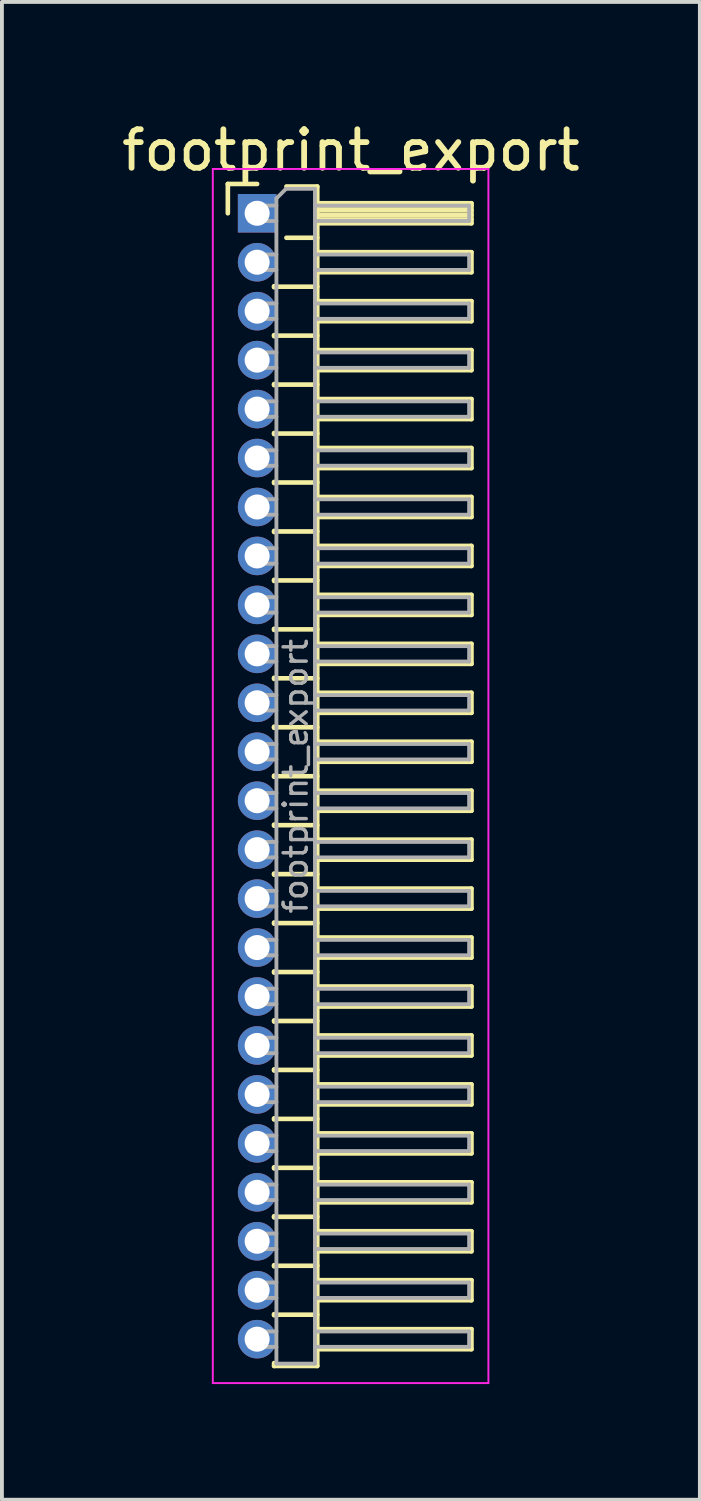
<source format=kicad_pcb>
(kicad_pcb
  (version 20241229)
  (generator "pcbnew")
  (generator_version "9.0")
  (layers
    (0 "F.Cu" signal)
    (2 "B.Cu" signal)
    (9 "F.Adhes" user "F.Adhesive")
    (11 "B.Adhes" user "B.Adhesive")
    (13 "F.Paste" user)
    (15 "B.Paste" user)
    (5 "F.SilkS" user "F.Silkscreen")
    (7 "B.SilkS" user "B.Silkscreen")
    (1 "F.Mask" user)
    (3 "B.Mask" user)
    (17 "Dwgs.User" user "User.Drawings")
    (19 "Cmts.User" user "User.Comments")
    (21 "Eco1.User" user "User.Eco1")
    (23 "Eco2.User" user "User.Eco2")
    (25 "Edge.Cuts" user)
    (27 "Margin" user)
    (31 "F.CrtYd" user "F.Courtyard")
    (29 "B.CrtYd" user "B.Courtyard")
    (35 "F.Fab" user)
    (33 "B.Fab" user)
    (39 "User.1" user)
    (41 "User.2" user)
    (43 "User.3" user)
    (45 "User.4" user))
  (footprint "footprint_export"
    (layer "F.Cu")
    (at 3.621 2.483)
    (property "Reference" "footprint_export" (at 2.433 -1.635 0) (layer "F.SilkS") (effects (font (size 1 1) (thickness 0.15))))
    (attr through_hole)
    (fp_line (start -0.76 -0.76) (end 0 -0.76) (stroke (width 0.12) (type solid)) (layer "F.SilkS"))
    (fp_line (start -0.76 0) (end -0.76 -0.76) (stroke (width 0.12) (type solid)) (layer "F.SilkS"))
    (fp_line (start 0.44 1.89) (end 0.44 1.92) (stroke (width 0.12) (type solid)) (layer "F.SilkS"))
    (fp_line (start 0.44 1.905) (end 1.56 1.905) (stroke (width 0.12) (type solid)) (layer "F.SilkS"))
    (fp_line (start 0.44 3.16) (end 0.44 3.19) (stroke (width 0.12) (type solid)) (layer "F.SilkS"))
    (fp_line (start 0.44 3.175) (end 1.56 3.175) (stroke (width 0.12) (type solid)) (layer "F.SilkS"))
    (fp_line (start 0.44 4.43) (end 0.44 4.46) (stroke (width 0.12) (type solid)) (layer "F.SilkS"))
    (fp_line (start 0.44 4.445) (end 1.56 4.445) (stroke (width 0.12) (type solid)) (layer "F.SilkS"))
    (fp_line (start 0.44 5.7) (end 0.44 5.73) (stroke (width 0.12) (type solid)) (layer "F.SilkS"))
    (fp_line (start 0.44 5.715) (end 1.56 5.715) (stroke (width 0.12) (type solid)) (layer "F.SilkS"))
    (fp_line (start 0.44 6.97) (end 0.44 7) (stroke (width 0.12) (type solid)) (layer "F.SilkS"))
    (fp_line (start 0.44 6.985) (end 1.56 6.985) (stroke (width 0.12) (type solid)) (layer "F.SilkS"))
    (fp_line (start 0.44 8.24) (end 0.44 8.27) (stroke (width 0.12) (type solid)) (layer "F.SilkS"))
    (fp_line (start 0.44 8.255) (end 1.56 8.255) (stroke (width 0.12) (type solid)) (layer "F.SilkS"))
    (fp_line (start 0.44 9.51) (end 0.44 9.54) (stroke (width 0.12) (type solid)) (layer "F.SilkS"))
    (fp_line (start 0.44 9.525) (end 1.56 9.525) (stroke (width 0.12) (type solid)) (layer "F.SilkS"))
    (fp_line (start 0.44 10.78) (end 0.44 10.81) (stroke (width 0.12) (type solid)) (layer "F.SilkS"))
    (fp_line (start 0.44 10.795) (end 1.56 10.795) (stroke (width 0.12) (type solid)) (layer "F.SilkS"))
    (fp_line (start 0.44 12.05) (end 0.44 12.08) (stroke (width 0.12) (type solid)) (layer "F.SilkS"))
    (fp_line (start 0.44 12.065) (end 1.56 12.065) (stroke (width 0.12) (type solid)) (layer "F.SilkS"))
    (fp_line (start 0.44 13.32) (end 0.44 13.35) (stroke (width 0.12) (type solid)) (layer "F.SilkS"))
    (fp_line (start 0.44 13.335) (end 1.56 13.335) (stroke (width 0.12) (type solid)) (layer "F.SilkS"))
    (fp_line (start 0.44 14.59) (end 0.44 14.62) (stroke (width 0.12) (type solid)) (layer "F.SilkS"))
    (fp_line (start 0.44 14.605) (end 1.56 14.605) (stroke (width 0.12) (type solid)) (layer "F.SilkS"))
    (fp_line (start 0.44 15.86) (end 0.44 15.89) (stroke (width 0.12) (type solid)) (layer "F.SilkS"))
    (fp_line (start 0.44 15.875) (end 1.56 15.875) (stroke (width 0.12) (type solid)) (layer "F.SilkS"))
    (fp_line (start 0.44 17.13) (end 0.44 17.16) (stroke (width 0.12) (type solid)) (layer "F.SilkS"))
    (fp_line (start 0.44 17.145) (end 1.56 17.145) (stroke (width 0.12) (type solid)) (layer "F.SilkS"))
    (fp_line (start 0.44 18.4) (end 0.44 18.43) (stroke (width 0.12) (type solid)) (layer "F.SilkS"))
    (fp_line (start 0.44 18.415) (end 1.56 18.415) (stroke (width 0.12) (type solid)) (layer "F.SilkS"))
    (fp_line (start 0.44 19.67) (end 0.44 19.7) (stroke (width 0.12) (type solid)) (layer "F.SilkS"))
    (fp_line (start 0.44 19.685) (end 1.56 19.685) (stroke (width 0.12) (type solid)) (layer "F.SilkS"))
    (fp_line (start 0.44 20.94) (end 0.44 20.97) (stroke (width 0.12) (type solid)) (layer "F.SilkS"))
    (fp_line (start 0.44 20.955) (end 1.56 20.955) (stroke (width 0.12) (type solid)) (layer "F.SilkS"))
    (fp_line (start 0.44 22.21) (end 0.44 22.24) (stroke (width 0.12) (type solid)) (layer "F.SilkS"))
    (fp_line (start 0.44 22.225) (end 1.56 22.225) (stroke (width 0.12) (type solid)) (layer "F.SilkS"))
    (fp_line (start 0.44 23.48) (end 0.44 23.51) (stroke (width 0.12) (type solid)) (layer "F.SilkS"))
    (fp_line (start 0.44 23.495) (end 1.56 23.495) (stroke (width 0.12) (type solid)) (layer "F.SilkS"))
    (fp_line (start 0.44 24.75) (end 0.44 24.78) (stroke (width 0.12) (type solid)) (layer "F.SilkS"))
    (fp_line (start 0.44 24.765) (end 1.56 24.765) (stroke (width 0.12) (type solid)) (layer "F.SilkS"))
    (fp_line (start 0.44 26.02) (end 0.44 26.05) (stroke (width 0.12) (type solid)) (layer "F.SilkS"))
    (fp_line (start 0.44 26.035) (end 1.56 26.035) (stroke (width 0.12) (type solid)) (layer "F.SilkS"))
    (fp_line (start 0.44 27.29) (end 0.44 27.32) (stroke (width 0.12) (type solid)) (layer "F.SilkS"))
    (fp_line (start 0.44 27.305) (end 1.56 27.305) (stroke (width 0.12) (type solid)) (layer "F.SilkS"))
    (fp_line (start 0.44 28.56) (end 0.44 28.59) (stroke (width 0.12) (type solid)) (layer "F.SilkS"))
    (fp_line (start 0.44 28.575) (end 1.56 28.575) (stroke (width 0.12) (type solid)) (layer "F.SilkS"))
    (fp_line (start 0.44 29.905) (end 0.44 29.83) (stroke (width 0.12) (type solid)) (layer "F.SilkS"))
    (fp_line (start 0.76 -0.695) (end 1.56 -0.695) (stroke (width 0.12) (type solid)) (layer "F.SilkS"))
    (fp_line (start 0.76 0.635) (end 1.56 0.635) (stroke (width 0.12) (type solid)) (layer "F.SilkS"))
    (fp_line (start 1.56 -0.695) (end 1.56 29.905) (stroke (width 0.12) (type solid)) (layer "F.SilkS"))
    (fp_line (start 1.56 -0.26) (end 5.56 -0.26) (stroke (width 0.12) (type solid)) (layer "F.SilkS"))
    (fp_line (start 1.56 -0.2) (end 5.56 -0.2) (stroke (width 0.12) (type solid)) (layer "F.SilkS"))
    (fp_line (start 1.56 -0.08) (end 5.56 -0.08) (stroke (width 0.12) (type solid)) (layer "F.SilkS"))
    (fp_line (start 1.56 0.04) (end 5.56 0.04) (stroke (width 0.12) (type solid)) (layer "F.SilkS"))
    (fp_line (start 1.56 0.16) (end 5.56 0.16) (stroke (width 0.12) (type solid)) (layer "F.SilkS"))
    (fp_line (start 1.56 1.01) (end 5.56 1.01) (stroke (width 0.12) (type solid)) (layer "F.SilkS"))
    (fp_line (start 1.56 2.28) (end 5.56 2.28) (stroke (width 0.12) (type solid)) (layer "F.SilkS"))
    (fp_line (start 1.56 3.55) (end 5.56 3.55) (stroke (width 0.12) (type solid)) (layer "F.SilkS"))
    (fp_line (start 1.56 4.82) (end 5.56 4.82) (stroke (width 0.12) (type solid)) (layer "F.SilkS"))
    (fp_line (start 1.56 6.09) (end 5.56 6.09) (stroke (width 0.12) (type solid)) (layer "F.SilkS"))
    (fp_line (start 1.56 7.36) (end 5.56 7.36) (stroke (width 0.12) (type solid)) (layer "F.SilkS"))
    (fp_line (start 1.56 8.63) (end 5.56 8.63) (stroke (width 0.12) (type solid)) (layer "F.SilkS"))
    (fp_line (start 1.56 9.9) (end 5.56 9.9) (stroke (width 0.12) (type solid)) (layer "F.SilkS"))
    (fp_line (start 1.56 11.17) (end 5.56 11.17) (stroke (width 0.12) (type solid)) (layer "F.SilkS"))
    (fp_line (start 1.56 12.44) (end 5.56 12.44) (stroke (width 0.12) (type solid)) (layer "F.SilkS"))
    (fp_line (start 1.56 13.71) (end 5.56 13.71) (stroke (width 0.12) (type solid)) (layer "F.SilkS"))
    (fp_line (start 1.56 14.98) (end 5.56 14.98) (stroke (width 0.12) (type solid)) (layer "F.SilkS"))
    (fp_line (start 1.56 16.25) (end 5.56 16.25) (stroke (width 0.12) (type solid)) (layer "F.SilkS"))
    (fp_line (start 1.56 17.52) (end 5.56 17.52) (stroke (width 0.12) (type solid)) (layer "F.SilkS"))
    (fp_line (start 1.56 18.79) (end 5.56 18.79) (stroke (width 0.12) (type solid)) (layer "F.SilkS"))
    (fp_line (start 1.56 20.06) (end 5.56 20.06) (stroke (width 0.12) (type solid)) (layer "F.SilkS"))
    (fp_line (start 1.56 21.33) (end 5.56 21.33) (stroke (width 0.12) (type solid)) (layer "F.SilkS"))
    (fp_line (start 1.56 22.6) (end 5.56 22.6) (stroke (width 0.12) (type solid)) (layer "F.SilkS"))
    (fp_line (start 1.56 23.87) (end 5.56 23.87) (stroke (width 0.12) (type solid)) (layer "F.SilkS"))
    (fp_line (start 1.56 25.14) (end 5.56 25.14) (stroke (width 0.12) (type solid)) (layer "F.SilkS"))
    (fp_line (start 1.56 26.41) (end 5.56 26.41) (stroke (width 0.12) (type solid)) (layer "F.SilkS"))
    (fp_line (start 1.56 27.68) (end 5.56 27.68) (stroke (width 0.12) (type solid)) (layer "F.SilkS"))
    (fp_line (start 1.56 28.95) (end 5.56 28.95) (stroke (width 0.12) (type solid)) (layer "F.SilkS"))
    (fp_line (start 1.56 29.905) (end 0.44 29.905) (stroke (width 0.12) (type solid)) (layer "F.SilkS"))
    (fp_line (start 5.56 -0.26) (end 5.56 0.26) (stroke (width 0.12) (type solid)) (layer "F.SilkS"))
    (fp_line (start 5.56 0.26) (end 1.56 0.26) (stroke (width 0.12) (type solid)) (layer "F.SilkS"))
    (fp_line (start 5.56 1.01) (end 5.56 1.53) (stroke (width 0.12) (type solid)) (layer "F.SilkS"))
    (fp_line (start 5.56 1.53) (end 1.56 1.53) (stroke (width 0.12) (type solid)) (layer "F.SilkS"))
    (fp_line (start 5.56 2.28) (end 5.56 2.8) (stroke (width 0.12) (type solid)) (layer "F.SilkS"))
    (fp_line (start 5.56 2.8) (end 1.56 2.8) (stroke (width 0.12) (type solid)) (layer "F.SilkS"))
    (fp_line (start 5.56 3.55) (end 5.56 4.07) (stroke (width 0.12) (type solid)) (layer "F.SilkS"))
    (fp_line (start 5.56 4.07) (end 1.56 4.07) (stroke (width 0.12) (type solid)) (layer "F.SilkS"))
    (fp_line (start 5.56 4.82) (end 5.56 5.34) (stroke (width 0.12) (type solid)) (layer "F.SilkS"))
    (fp_line (start 5.56 5.34) (end 1.56 5.34) (stroke (width 0.12) (type solid)) (layer "F.SilkS"))
    (fp_line (start 5.56 6.09) (end 5.56 6.61) (stroke (width 0.12) (type solid)) (layer "F.SilkS"))
    (fp_line (start 5.56 6.61) (end 1.56 6.61) (stroke (width 0.12) (type solid)) (layer "F.SilkS"))
    (fp_line (start 5.56 7.36) (end 5.56 7.88) (stroke (width 0.12) (type solid)) (layer "F.SilkS"))
    (fp_line (start 5.56 7.88) (end 1.56 7.88) (stroke (width 0.12) (type solid)) (layer "F.SilkS"))
    (fp_line (start 5.56 8.63) (end 5.56 9.15) (stroke (width 0.12) (type solid)) (layer "F.SilkS"))
    (fp_line (start 5.56 9.15) (end 1.56 9.15) (stroke (width 0.12) (type solid)) (layer "F.SilkS"))
    (fp_line (start 5.56 9.9) (end 5.56 10.42) (stroke (width 0.12) (type solid)) (layer "F.SilkS"))
    (fp_line (start 5.56 10.42) (end 1.56 10.42) (stroke (width 0.12) (type solid)) (layer "F.SilkS"))
    (fp_line (start 5.56 11.17) (end 5.56 11.69) (stroke (width 0.12) (type solid)) (layer "F.SilkS"))
    (fp_line (start 5.56 11.69) (end 1.56 11.69) (stroke (width 0.12) (type solid)) (layer "F.SilkS"))
    (fp_line (start 5.56 12.44) (end 5.56 12.96) (stroke (width 0.12) (type solid)) (layer "F.SilkS"))
    (fp_line (start 5.56 12.96) (end 1.56 12.96) (stroke (width 0.12) (type solid)) (layer "F.SilkS"))
    (fp_line (start 5.56 13.71) (end 5.56 14.23) (stroke (width 0.12) (type solid)) (layer "F.SilkS"))
    (fp_line (start 5.56 14.23) (end 1.56 14.23) (stroke (width 0.12) (type solid)) (layer "F.SilkS"))
    (fp_line (start 5.56 14.98) (end 5.56 15.5) (stroke (width 0.12) (type solid)) (layer "F.SilkS"))
    (fp_line (start 5.56 15.5) (end 1.56 15.5) (stroke (width 0.12) (type solid)) (layer "F.SilkS"))
    (fp_line (start 5.56 16.25) (end 5.56 16.77) (stroke (width 0.12) (type solid)) (layer "F.SilkS"))
    (fp_line (start 5.56 16.77) (end 1.56 16.77) (stroke (width 0.12) (type solid)) (layer "F.SilkS"))
    (fp_line (start 5.56 17.52) (end 5.56 18.04) (stroke (width 0.12) (type solid)) (layer "F.SilkS"))
    (fp_line (start 5.56 18.04) (end 1.56 18.04) (stroke (width 0.12) (type solid)) (layer "F.SilkS"))
    (fp_line (start 5.56 18.79) (end 5.56 19.31) (stroke (width 0.12) (type solid)) (layer "F.SilkS"))
    (fp_line (start 5.56 19.31) (end 1.56 19.31) (stroke (width 0.12) (type solid)) (layer "F.SilkS"))
    (fp_line (start 5.56 20.06) (end 5.56 20.58) (stroke (width 0.12) (type solid)) (layer "F.SilkS"))
    (fp_line (start 5.56 20.58) (end 1.56 20.58) (stroke (width 0.12) (type solid)) (layer "F.SilkS"))
    (fp_line (start 5.56 21.33) (end 5.56 21.85) (stroke (width 0.12) (type solid)) (layer "F.SilkS"))
    (fp_line (start 5.56 21.85) (end 1.56 21.85) (stroke (width 0.12) (type solid)) (layer "F.SilkS"))
    (fp_line (start 5.56 22.6) (end 5.56 23.12) (stroke (width 0.12) (type solid)) (layer "F.SilkS"))
    (fp_line (start 5.56 23.12) (end 1.56 23.12) (stroke (width 0.12) (type solid)) (layer "F.SilkS"))
    (fp_line (start 5.56 23.87) (end 5.56 24.39) (stroke (width 0.12) (type solid)) (layer "F.SilkS"))
    (fp_line (start 5.56 24.39) (end 1.56 24.39) (stroke (width 0.12) (type solid)) (layer "F.SilkS"))
    (fp_line (start 5.56 25.14) (end 5.56 25.66) (stroke (width 0.12) (type solid)) (layer "F.SilkS"))
    (fp_line (start 5.56 25.66) (end 1.56 25.66) (stroke (width 0.12) (type solid)) (layer "F.SilkS"))
    (fp_line (start 5.56 26.41) (end 5.56 26.93) (stroke (width 0.12) (type solid)) (layer "F.SilkS"))
    (fp_line (start 5.56 26.93) (end 1.56 26.93) (stroke (width 0.12) (type solid)) (layer "F.SilkS"))
    (fp_line (start 5.56 27.68) (end 5.56 28.2) (stroke (width 0.12) (type solid)) (layer "F.SilkS"))
    (fp_line (start 5.56 28.2) (end 1.56 28.2) (stroke (width 0.12) (type solid)) (layer "F.SilkS"))
    (fp_line (start 5.56 28.95) (end 5.56 29.47) (stroke (width 0.12) (type solid)) (layer "F.SilkS"))
    (fp_line (start 5.56 29.47) (end 1.56 29.47) (stroke (width 0.12) (type solid)) (layer "F.SilkS"))
    (fp_line (start -1.15 -1.15) (end -1.15 30.35) (stroke (width 0.05) (type solid)) (layer "F.CrtYd"))
    (fp_line (start -1.15 30.35) (end 6 30.35) (stroke (width 0.05) (type solid)) (layer "F.CrtYd"))
    (fp_line (start 6 -1.15) (end -1.15 -1.15) (stroke (width 0.05) (type solid)) (layer "F.CrtYd"))
    (fp_line (start 6 30.35) (end 6 -1.15) (stroke (width 0.05) (type solid)) (layer "F.CrtYd"))
    (fp_line (start -0.2 -0.2) (end -0.2 0.2) (stroke (width 0.1) (type solid)) (layer "F.Fab"))
    (fp_line (start -0.2 -0.2) (end 0.5 -0.2) (stroke (width 0.1) (type solid)) (layer "F.Fab"))
    (fp_line (start -0.2 0.2) (end 0.5 0.2) (stroke (width 0.1) (type solid)) (layer "F.Fab"))
    (fp_line (start -0.2 1.07) (end -0.2 1.47) (stroke (width 0.1) (type solid)) (layer "F.Fab"))
    (fp_line (start -0.2 1.07) (end 0.5 1.07) (stroke (width 0.1) (type solid)) (layer "F.Fab"))
    (fp_line (start -0.2 1.47) (end 0.5 1.47) (stroke (width 0.1) (type solid)) (layer "F.Fab"))
    (fp_line (start -0.2 2.34) (end -0.2 2.74) (stroke (width 0.1) (type solid)) (layer "F.Fab"))
    (fp_line (start -0.2 2.34) (end 0.5 2.34) (stroke (width 0.1) (type solid)) (layer "F.Fab"))
    (fp_line (start -0.2 2.74) (end 0.5 2.74) (stroke (width 0.1) (type solid)) (layer "F.Fab"))
    (fp_line (start -0.2 3.61) (end -0.2 4.01) (stroke (width 0.1) (type solid)) (layer "F.Fab"))
    (fp_line (start -0.2 3.61) (end 0.5 3.61) (stroke (width 0.1) (type solid)) (layer "F.Fab"))
    (fp_line (start -0.2 4.01) (end 0.5 4.01) (stroke (width 0.1) (type solid)) (layer "F.Fab"))
    (fp_line (start -0.2 4.88) (end -0.2 5.28) (stroke (width 0.1) (type solid)) (layer "F.Fab"))
    (fp_line (start -0.2 4.88) (end 0.5 4.88) (stroke (width 0.1) (type solid)) (layer "F.Fab"))
    (fp_line (start -0.2 5.28) (end 0.5 5.28) (stroke (width 0.1) (type solid)) (layer "F.Fab"))
    (fp_line (start -0.2 6.15) (end -0.2 6.55) (stroke (width 0.1) (type solid)) (layer "F.Fab"))
    (fp_line (start -0.2 6.15) (end 0.5 6.15) (stroke (width 0.1) (type solid)) (layer "F.Fab"))
    (fp_line (start -0.2 6.55) (end 0.5 6.55) (stroke (width 0.1) (type solid)) (layer "F.Fab"))
    (fp_line (start -0.2 7.42) (end -0.2 7.82) (stroke (width 0.1) (type solid)) (layer "F.Fab"))
    (fp_line (start -0.2 7.42) (end 0.5 7.42) (stroke (width 0.1) (type solid)) (layer "F.Fab"))
    (fp_line (start -0.2 7.82) (end 0.5 7.82) (stroke (width 0.1) (type solid)) (layer "F.Fab"))
    (fp_line (start -0.2 8.69) (end -0.2 9.09) (stroke (width 0.1) (type solid)) (layer "F.Fab"))
    (fp_line (start -0.2 8.69) (end 0.5 8.69) (stroke (width 0.1) (type solid)) (layer "F.Fab"))
    (fp_line (start -0.2 9.09) (end 0.5 9.09) (stroke (width 0.1) (type solid)) (layer "F.Fab"))
    (fp_line (start -0.2 9.96) (end -0.2 10.36) (stroke (width 0.1) (type solid)) (layer "F.Fab"))
    (fp_line (start -0.2 9.96) (end 0.5 9.96) (stroke (width 0.1) (type solid)) (layer "F.Fab"))
    (fp_line (start -0.2 10.36) (end 0.5 10.36) (stroke (width 0.1) (type solid)) (layer "F.Fab"))
    (fp_line (start -0.2 11.23) (end -0.2 11.63) (stroke (width 0.1) (type solid)) (layer "F.Fab"))
    (fp_line (start -0.2 11.23) (end 0.5 11.23) (stroke (width 0.1) (type solid)) (layer "F.Fab"))
    (fp_line (start -0.2 11.63) (end 0.5 11.63) (stroke (width 0.1) (type solid)) (layer "F.Fab"))
    (fp_line (start -0.2 12.5) (end -0.2 12.9) (stroke (width 0.1) (type solid)) (layer "F.Fab"))
    (fp_line (start -0.2 12.5) (end 0.5 12.5) (stroke (width 0.1) (type solid)) (layer "F.Fab"))
    (fp_line (start -0.2 12.9) (end 0.5 12.9) (stroke (width 0.1) (type solid)) (layer "F.Fab"))
    (fp_line (start -0.2 13.77) (end -0.2 14.17) (stroke (width 0.1) (type solid)) (layer "F.Fab"))
    (fp_line (start -0.2 13.77) (end 0.5 13.77) (stroke (width 0.1) (type solid)) (layer "F.Fab"))
    (fp_line (start -0.2 14.17) (end 0.5 14.17) (stroke (width 0.1) (type solid)) (layer "F.Fab"))
    (fp_line (start -0.2 15.04) (end -0.2 15.44) (stroke (width 0.1) (type solid)) (layer "F.Fab"))
    (fp_line (start -0.2 15.04) (end 0.5 15.04) (stroke (width 0.1) (type solid)) (layer "F.Fab"))
    (fp_line (start -0.2 15.44) (end 0.5 15.44) (stroke (width 0.1) (type solid)) (layer "F.Fab"))
    (fp_line (start -0.2 16.31) (end -0.2 16.71) (stroke (width 0.1) (type solid)) (layer "F.Fab"))
    (fp_line (start -0.2 16.31) (end 0.5 16.31) (stroke (width 0.1) (type solid)) (layer "F.Fab"))
    (fp_line (start -0.2 16.71) (end 0.5 16.71) (stroke (width 0.1) (type solid)) (layer "F.Fab"))
    (fp_line (start -0.2 17.58) (end -0.2 17.98) (stroke (width 0.1) (type solid)) (layer "F.Fab"))
    (fp_line (start -0.2 17.58) (end 0.5 17.58) (stroke (width 0.1) (type solid)) (layer "F.Fab"))
    (fp_line (start -0.2 17.98) (end 0.5 17.98) (stroke (width 0.1) (type solid)) (layer "F.Fab"))
    (fp_line (start -0.2 18.85) (end -0.2 19.25) (stroke (width 0.1) (type solid)) (layer "F.Fab"))
    (fp_line (start -0.2 18.85) (end 0.5 18.85) (stroke (width 0.1) (type solid)) (layer "F.Fab"))
    (fp_line (start -0.2 19.25) (end 0.5 19.25) (stroke (width 0.1) (type solid)) (layer "F.Fab"))
    (fp_line (start -0.2 20.12) (end -0.2 20.52) (stroke (width 0.1) (type solid)) (layer "F.Fab"))
    (fp_line (start -0.2 20.12) (end 0.5 20.12) (stroke (width 0.1) (type solid)) (layer "F.Fab"))
    (fp_line (start -0.2 20.52) (end 0.5 20.52) (stroke (width 0.1) (type solid)) (layer "F.Fab"))
    (fp_line (start -0.2 21.39) (end -0.2 21.79) (stroke (width 0.1) (type solid)) (layer "F.Fab"))
    (fp_line (start -0.2 21.39) (end 0.5 21.39) (stroke (width 0.1) (type solid)) (layer "F.Fab"))
    (fp_line (start -0.2 21.79) (end 0.5 21.79) (stroke (width 0.1) (type solid)) (layer "F.Fab"))
    (fp_line (start -0.2 22.66) (end -0.2 23.06) (stroke (width 0.1) (type solid)) (layer "F.Fab"))
    (fp_line (start -0.2 22.66) (end 0.5 22.66) (stroke (width 0.1) (type solid)) (layer "F.Fab"))
    (fp_line (start -0.2 23.06) (end 0.5 23.06) (stroke (width 0.1) (type solid)) (layer "F.Fab"))
    (fp_line (start -0.2 23.93) (end -0.2 24.33) (stroke (width 0.1) (type solid)) (layer "F.Fab"))
    (fp_line (start -0.2 23.93) (end 0.5 23.93) (stroke (width 0.1) (type solid)) (layer "F.Fab"))
    (fp_line (start -0.2 24.33) (end 0.5 24.33) (stroke (width 0.1) (type solid)) (layer "F.Fab"))
    (fp_line (start -0.2 25.2) (end -0.2 25.6) (stroke (width 0.1) (type solid)) (layer "F.Fab"))
    (fp_line (start -0.2 25.2) (end 0.5 25.2) (stroke (width 0.1) (type solid)) (layer "F.Fab"))
    (fp_line (start -0.2 25.6) (end 0.5 25.6) (stroke (width 0.1) (type solid)) (layer "F.Fab"))
    (fp_line (start -0.2 26.47) (end -0.2 26.87) (stroke (width 0.1) (type solid)) (layer "F.Fab"))
    (fp_line (start -0.2 26.47) (end 0.5 26.47) (stroke (width 0.1) (type solid)) (layer "F.Fab"))
    (fp_line (start -0.2 26.87) (end 0.5 26.87) (stroke (width 0.1) (type solid)) (layer "F.Fab"))
    (fp_line (start -0.2 27.74) (end -0.2 28.14) (stroke (width 0.1) (type solid)) (layer "F.Fab"))
    (fp_line (start -0.2 27.74) (end 0.5 27.74) (stroke (width 0.1) (type solid)) (layer "F.Fab"))
    (fp_line (start -0.2 28.14) (end 0.5 28.14) (stroke (width 0.1) (type solid)) (layer "F.Fab"))
    (fp_line (start -0.2 29.01) (end -0.2 29.41) (stroke (width 0.1) (type solid)) (layer "F.Fab"))
    (fp_line (start -0.2 29.01) (end 0.5 29.01) (stroke (width 0.1) (type solid)) (layer "F.Fab"))
    (fp_line (start -0.2 29.41) (end 0.5 29.41) (stroke (width 0.1) (type solid)) (layer "F.Fab"))
    (fp_line (start 0.5 -0.385) (end 0.75 -0.635) (stroke (width 0.1) (type solid)) (layer "F.Fab"))
    (fp_line (start 0.5 29.845) (end 0.5 -0.385) (stroke (width 0.1) (type solid)) (layer "F.Fab"))
    (fp_line (start 0.75 -0.635) (end 1.5 -0.635) (stroke (width 0.1) (type solid)) (layer "F.Fab"))
    (fp_line (start 1.5 -0.635) (end 1.5 29.845) (stroke (width 0.1) (type solid)) (layer "F.Fab"))
    (fp_line (start 1.5 -0.2) (end 5.5 -0.2) (stroke (width 0.1) (type solid)) (layer "F.Fab"))
    (fp_line (start 1.5 0.2) (end 5.5 0.2) (stroke (width 0.1) (type solid)) (layer "F.Fab"))
    (fp_line (start 1.5 1.07) (end 5.5 1.07) (stroke (width 0.1) (type solid)) (layer "F.Fab"))
    (fp_line (start 1.5 1.47) (end 5.5 1.47) (stroke (width 0.1) (type solid)) (layer "F.Fab"))
    (fp_line (start 1.5 2.34) (end 5.5 2.34) (stroke (width 0.1) (type solid)) (layer "F.Fab"))
    (fp_line (start 1.5 2.74) (end 5.5 2.74) (stroke (width 0.1) (type solid)) (layer "F.Fab"))
    (fp_line (start 1.5 3.61) (end 5.5 3.61) (stroke (width 0.1) (type solid)) (layer "F.Fab"))
    (fp_line (start 1.5 4.01) (end 5.5 4.01) (stroke (width 0.1) (type solid)) (layer "F.Fab"))
    (fp_line (start 1.5 4.88) (end 5.5 4.88) (stroke (width 0.1) (type solid)) (layer "F.Fab"))
    (fp_line (start 1.5 5.28) (end 5.5 5.28) (stroke (width 0.1) (type solid)) (layer "F.Fab"))
    (fp_line (start 1.5 6.15) (end 5.5 6.15) (stroke (width 0.1) (type solid)) (layer "F.Fab"))
    (fp_line (start 1.5 6.55) (end 5.5 6.55) (stroke (width 0.1) (type solid)) (layer "F.Fab"))
    (fp_line (start 1.5 7.42) (end 5.5 7.42) (stroke (width 0.1) (type solid)) (layer "F.Fab"))
    (fp_line (start 1.5 7.82) (end 5.5 7.82) (stroke (width 0.1) (type solid)) (layer "F.Fab"))
    (fp_line (start 1.5 8.69) (end 5.5 8.69) (stroke (width 0.1) (type solid)) (layer "F.Fab"))
    (fp_line (start 1.5 9.09) (end 5.5 9.09) (stroke (width 0.1) (type solid)) (layer "F.Fab"))
    (fp_line (start 1.5 9.96) (end 5.5 9.96) (stroke (width 0.1) (type solid)) (layer "F.Fab"))
    (fp_line (start 1.5 10.36) (end 5.5 10.36) (stroke (width 0.1) (type solid)) (layer "F.Fab"))
    (fp_line (start 1.5 11.23) (end 5.5 11.23) (stroke (width 0.1) (type solid)) (layer "F.Fab"))
    (fp_line (start 1.5 11.63) (end 5.5 11.63) (stroke (width 0.1) (type solid)) (layer "F.Fab"))
    (fp_line (start 1.5 12.5) (end 5.5 12.5) (stroke (width 0.1) (type solid)) (layer "F.Fab"))
    (fp_line (start 1.5 12.9) (end 5.5 12.9) (stroke (width 0.1) (type solid)) (layer "F.Fab"))
    (fp_line (start 1.5 13.77) (end 5.5 13.77) (stroke (width 0.1) (type solid)) (layer "F.Fab"))
    (fp_line (start 1.5 14.17) (end 5.5 14.17) (stroke (width 0.1) (type solid)) (layer "F.Fab"))
    (fp_line (start 1.5 15.04) (end 5.5 15.04) (stroke (width 0.1) (type solid)) (layer "F.Fab"))
    (fp_line (start 1.5 15.44) (end 5.5 15.44) (stroke (width 0.1) (type solid)) (layer "F.Fab"))
    (fp_line (start 1.5 16.31) (end 5.5 16.31) (stroke (width 0.1) (type solid)) (layer "F.Fab"))
    (fp_line (start 1.5 16.71) (end 5.5 16.71) (stroke (width 0.1) (type solid)) (layer "F.Fab"))
    (fp_line (start 1.5 17.58) (end 5.5 17.58) (stroke (width 0.1) (type solid)) (layer "F.Fab"))
    (fp_line (start 1.5 17.98) (end 5.5 17.98) (stroke (width 0.1) (type solid)) (layer "F.Fab"))
    (fp_line (start 1.5 18.85) (end 5.5 18.85) (stroke (width 0.1) (type solid)) (layer "F.Fab"))
    (fp_line (start 1.5 19.25) (end 5.5 19.25) (stroke (width 0.1) (type solid)) (layer "F.Fab"))
    (fp_line (start 1.5 20.12) (end 5.5 20.12) (stroke (width 0.1) (type solid)) (layer "F.Fab"))
    (fp_line (start 1.5 20.52) (end 5.5 20.52) (stroke (width 0.1) (type solid)) (layer "F.Fab"))
    (fp_line (start 1.5 21.39) (end 5.5 21.39) (stroke (width 0.1) (type solid)) (layer "F.Fab"))
    (fp_line (start 1.5 21.79) (end 5.5 21.79) (stroke (width 0.1) (type solid)) (layer "F.Fab"))
    (fp_line (start 1.5 22.66) (end 5.5 22.66) (stroke (width 0.1) (type solid)) (layer "F.Fab"))
    (fp_line (start 1.5 23.06) (end 5.5 23.06) (stroke (width 0.1) (type solid)) (layer "F.Fab"))
    (fp_line (start 1.5 23.93) (end 5.5 23.93) (stroke (width 0.1) (type solid)) (layer "F.Fab"))
    (fp_line (start 1.5 24.33) (end 5.5 24.33) (stroke (width 0.1) (type solid)) (layer "F.Fab"))
    (fp_line (start 1.5 25.2) (end 5.5 25.2) (stroke (width 0.1) (type solid)) (layer "F.Fab"))
    (fp_line (start 1.5 25.6) (end 5.5 25.6) (stroke (width 0.1) (type solid)) (layer "F.Fab"))
    (fp_line (start 1.5 26.47) (end 5.5 26.47) (stroke (width 0.1) (type solid)) (layer "F.Fab"))
    (fp_line (start 1.5 26.87) (end 5.5 26.87) (stroke (width 0.1) (type solid)) (layer "F.Fab"))
    (fp_line (start 1.5 27.74) (end 5.5 27.74) (stroke (width 0.1) (type solid)) (layer "F.Fab"))
    (fp_line (start 1.5 28.14) (end 5.5 28.14) (stroke (width 0.1) (type solid)) (layer "F.Fab"))
    (fp_line (start 1.5 29.01) (end 5.5 29.01) (stroke (width 0.1) (type solid)) (layer "F.Fab"))
    (fp_line (start 1.5 29.41) (end 5.5 29.41) (stroke (width 0.1) (type solid)) (layer "F.Fab"))
    (fp_line (start 1.5 29.845) (end 0.5 29.845) (stroke (width 0.1) (type solid)) (layer "F.Fab"))
    (fp_line (start 5.5 -0.2) (end 5.5 0.2) (stroke (width 0.1) (type solid)) (layer "F.Fab"))
    (fp_line (start 5.5 1.07) (end 5.5 1.47) (stroke (width 0.1) (type solid)) (layer "F.Fab"))
    (fp_line (start 5.5 2.34) (end 5.5 2.74) (stroke (width 0.1) (type solid)) (layer "F.Fab"))
    (fp_line (start 5.5 3.61) (end 5.5 4.01) (stroke (width 0.1) (type solid)) (layer "F.Fab"))
    (fp_line (start 5.5 4.88) (end 5.5 5.28) (stroke (width 0.1) (type solid)) (layer "F.Fab"))
    (fp_line (start 5.5 6.15) (end 5.5 6.55) (stroke (width 0.1) (type solid)) (layer "F.Fab"))
    (fp_line (start 5.5 7.42) (end 5.5 7.82) (stroke (width 0.1) (type solid)) (layer "F.Fab"))
    (fp_line (start 5.5 8.69) (end 5.5 9.09) (stroke (width 0.1) (type solid)) (layer "F.Fab"))
    (fp_line (start 5.5 9.96) (end 5.5 10.36) (stroke (width 0.1) (type solid)) (layer "F.Fab"))
    (fp_line (start 5.5 11.23) (end 5.5 11.63) (stroke (width 0.1) (type solid)) (layer "F.Fab"))
    (fp_line (start 5.5 12.5) (end 5.5 12.9) (stroke (width 0.1) (type solid)) (layer "F.Fab"))
    (fp_line (start 5.5 13.77) (end 5.5 14.17) (stroke (width 0.1) (type solid)) (layer "F.Fab"))
    (fp_line (start 5.5 15.04) (end 5.5 15.44) (stroke (width 0.1) (type solid)) (layer "F.Fab"))
    (fp_line (start 5.5 16.31) (end 5.5 16.71) (stroke (width 0.1) (type solid)) (layer "F.Fab"))
    (fp_line (start 5.5 17.58) (end 5.5 17.98) (stroke (width 0.1) (type solid)) (layer "F.Fab"))
    (fp_line (start 5.5 18.85) (end 5.5 19.25) (stroke (width 0.1) (type solid)) (layer "F.Fab"))
    (fp_line (start 5.5 20.12) (end 5.5 20.52) (stroke (width 0.1) (type solid)) (layer "F.Fab"))
    (fp_line (start 5.5 21.39) (end 5.5 21.79) (stroke (width 0.1) (type solid)) (layer "F.Fab"))
    (fp_line (start 5.5 22.66) (end 5.5 23.06) (stroke (width 0.1) (type solid)) (layer "F.Fab"))
    (fp_line (start 5.5 23.93) (end 5.5 24.33) (stroke (width 0.1) (type solid)) (layer "F.Fab"))
    (fp_line (start 5.5 25.2) (end 5.5 25.6) (stroke (width 0.1) (type solid)) (layer "F.Fab"))
    (fp_line (start 5.5 26.47) (end 5.5 26.87) (stroke (width 0.1) (type solid)) (layer "F.Fab"))
    (fp_line (start 5.5 27.74) (end 5.5 28.14) (stroke (width 0.1) (type solid)) (layer "F.Fab"))
    (fp_line (start 5.5 29.01) (end 5.5 29.41) (stroke (width 0.1) (type solid)) (layer "F.Fab"))
    (fp_text user "${REFERENCE}" (at 1 14.605 90) (layer "F.Fab") (effects (font (size 0.6 0.6) (thickness 0.09))))
    (pad "1" thru_hole rect (at 0 0) (size 1 1) (drill 0.65) (layers "*.Cu" "*.Mask"))
    (pad "2" thru_hole oval (at 0 1.27) (size 1 1) (drill 0.65) (layers "*.Cu" "*.Mask"))
    (pad "3" thru_hole oval (at 0 2.54) (size 1 1) (drill 0.65) (layers "*.Cu" "*.Mask"))
    (pad "4" thru_hole oval (at 0 3.81) (size 1 1) (drill 0.65) (layers "*.Cu" "*.Mask"))
    (pad "5" thru_hole oval (at 0 5.08) (size 1 1) (drill 0.65) (layers "*.Cu" "*.Mask"))
    (pad "6" thru_hole oval (at 0 6.35) (size 1 1) (drill 0.65) (layers "*.Cu" "*.Mask"))
    (pad "7" thru_hole oval (at 0 7.62) (size 1 1) (drill 0.65) (layers "*.Cu" "*.Mask"))
    (pad "8" thru_hole oval (at 0 8.89) (size 1 1) (drill 0.65) (layers "*.Cu" "*.Mask"))
    (pad "9" thru_hole oval (at 0 10.16) (size 1 1) (drill 0.65) (layers "*.Cu" "*.Mask"))
    (pad "10" thru_hole oval (at 0 11.43) (size 1 1) (drill 0.65) (layers "*.Cu" "*.Mask"))
    (pad "11" thru_hole oval (at 0 12.7) (size 1 1) (drill 0.65) (layers "*.Cu" "*.Mask"))
    (pad "12" thru_hole oval (at 0 13.97) (size 1 1) (drill 0.65) (layers "*.Cu" "*.Mask"))
    (pad "13" thru_hole oval (at 0 15.24) (size 1 1) (drill 0.65) (layers "*.Cu" "*.Mask"))
    (pad "14" thru_hole oval (at 0 16.51) (size 1 1) (drill 0.65) (layers "*.Cu" "*.Mask"))
    (pad "15" thru_hole oval (at 0 17.78) (size 1 1) (drill 0.65) (layers "*.Cu" "*.Mask"))
    (pad "16" thru_hole oval (at 0 19.05) (size 1 1) (drill 0.65) (layers "*.Cu" "*.Mask"))
    (pad "17" thru_hole oval (at 0 20.32) (size 1 1) (drill 0.65) (layers "*.Cu" "*.Mask"))
    (pad "18" thru_hole oval (at 0 21.59) (size 1 1) (drill 0.65) (layers "*.Cu" "*.Mask"))
    (pad "19" thru_hole oval (at 0 22.86) (size 1 1) (drill 0.65) (layers "*.Cu" "*.Mask"))
    (pad "20" thru_hole oval (at 0 24.13) (size 1 1) (drill 0.65) (layers "*.Cu" "*.Mask"))
    (pad "21" thru_hole oval (at 0 25.4) (size 1 1) (drill 0.65) (layers "*.Cu" "*.Mask"))
    (pad "22" thru_hole oval (at 0 26.67) (size 1 1) (drill 0.65) (layers "*.Cu" "*.Mask"))
    (pad "23" thru_hole oval (at 0 27.94) (size 1 1) (drill 0.65) (layers "*.Cu" "*.Mask"))
    (pad "24" thru_hole oval (at 0 29.21) (size 1 1) (drill 0.65) (layers "*.Cu" "*.Mask")))
  (gr_rect
    (start -3 -3)
    (end 15.107 35.858)
    (stroke (width 0.1) (type default))
    (fill no)
    (layer "Edge.Cuts")))
</source>
